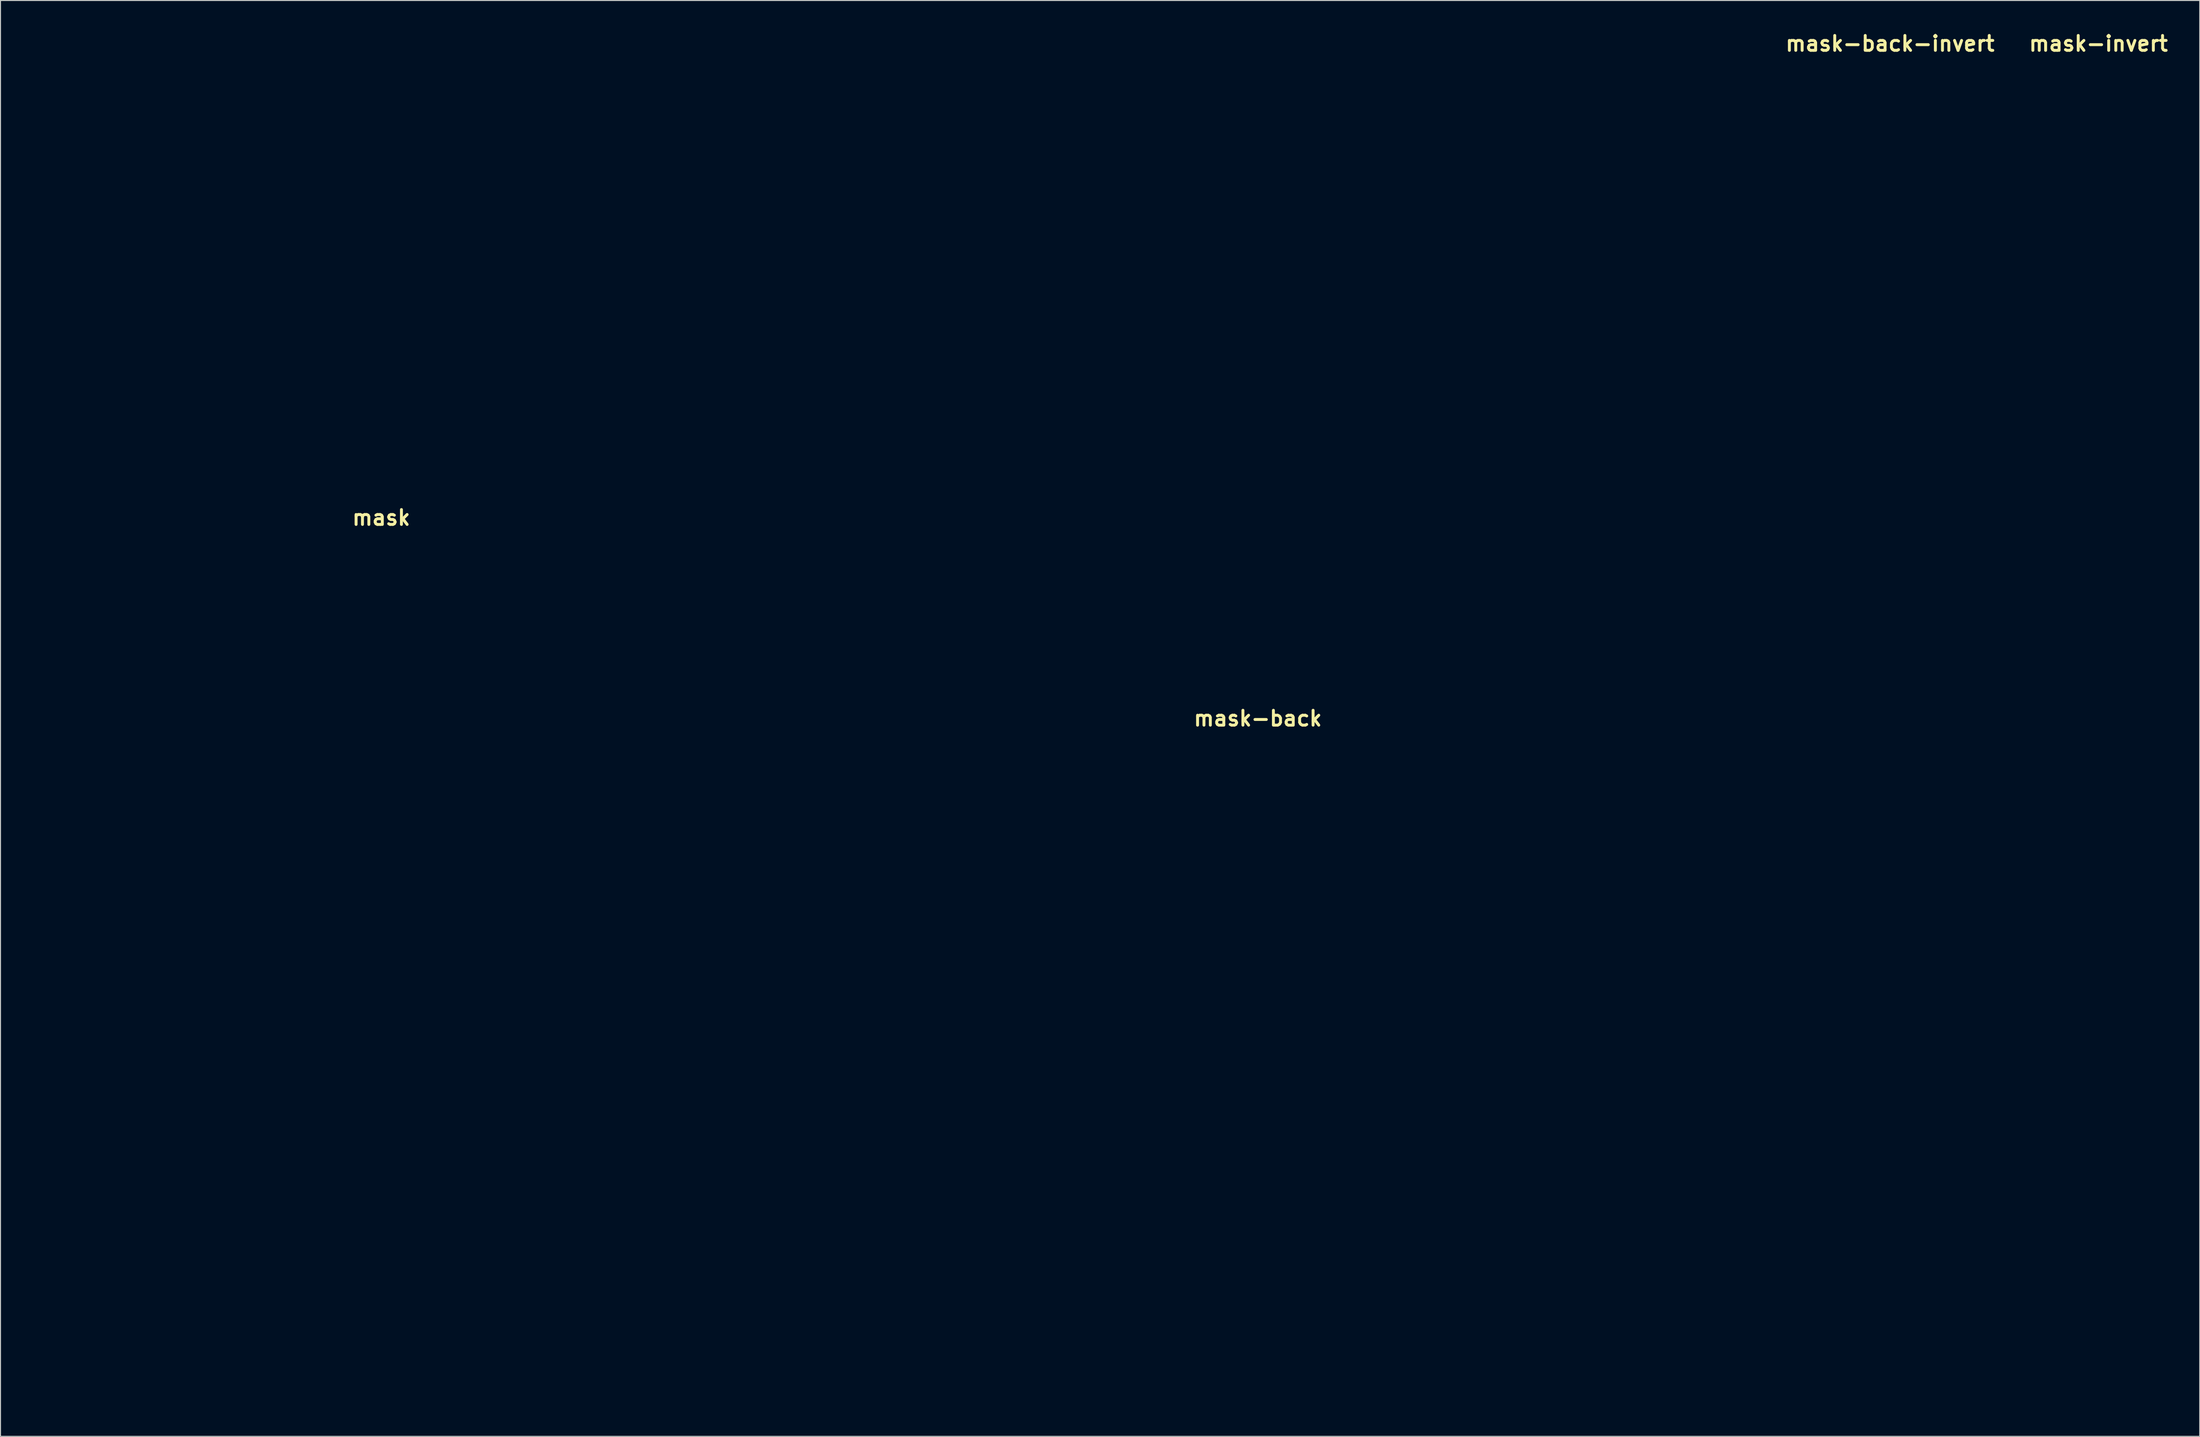
<source format=kicad_pcb>
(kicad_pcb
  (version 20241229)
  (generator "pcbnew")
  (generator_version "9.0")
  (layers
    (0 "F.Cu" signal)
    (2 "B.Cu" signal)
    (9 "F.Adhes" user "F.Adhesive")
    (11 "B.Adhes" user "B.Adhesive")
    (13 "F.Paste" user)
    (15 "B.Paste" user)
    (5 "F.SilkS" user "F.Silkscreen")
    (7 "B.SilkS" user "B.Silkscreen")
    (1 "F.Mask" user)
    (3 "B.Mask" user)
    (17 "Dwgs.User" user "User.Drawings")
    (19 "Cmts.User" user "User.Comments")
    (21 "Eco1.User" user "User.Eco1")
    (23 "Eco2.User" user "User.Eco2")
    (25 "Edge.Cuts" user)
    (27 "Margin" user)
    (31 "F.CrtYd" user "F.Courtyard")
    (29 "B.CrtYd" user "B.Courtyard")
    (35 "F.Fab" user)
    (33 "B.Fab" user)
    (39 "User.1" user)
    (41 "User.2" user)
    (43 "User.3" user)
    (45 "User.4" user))
  (footprint "mask-back"
    (layer "F.Cu")
    (at 125.746 70.561)
    (property "Reference" "mask-back" (at 0 0 0) (layer "F.SilkS") (effects (font (size 1.524 1.524) (thickness 0.3))))
    (attr through_hole)
    (fp_poly (pts (xy 50.765 70.556) (xy 3.21 70.556) (xy 3.21 61.922) (xy 3.074 61.768) (xy 2.744 61.343) (xy 2.457 60.871) (xy 2.217 60.364) (xy 2.032 59.836) (xy 1.919 59.364) (xy 1.89 59.219) (xy 1.862 59.104) (xy 1.838 59.034) (xy 1.828 59.02) (xy 1.789 59.047) (xy 1.721 59.122) (xy 1.634 59.231) (xy 1.537 59.361) (xy 1.44 59.502) (xy 1.352 59.639) (xy 1.332 59.671) (xy 1.202 59.918) (xy 1.104 60.161) (xy 1.042 60.383) (xy 1.024 60.548) (xy 1.021 60.649) (xy 1.007 60.695) (xy 0.975 60.702) (xy 0.944 60.694) (xy 0.729 60.603) (xy 0.498 60.459) (xy 0.268 60.274) (xy 0.17 60.18) (xy 0.032 60.035) (xy -0.074 59.904) (xy -0.165 59.763) (xy -0.258 59.586) (xy -0.279 59.544) (xy -0.402 59.27) (xy -0.493 59.011) (xy -0.556 58.748) (xy -0.598 58.46) (xy -0.621 58.127) (xy -0.624 58.05) (xy -0.63 57.782) (xy -0.626 57.565) (xy -0.612 57.376) (xy -0.586 57.194) (xy -0.586 57.194) (xy -0.555 57.012) (xy -0.538 56.895) (xy -0.536 56.837) (xy -0.55 56.832) (xy -0.582 56.875) (xy -0.631 56.962) (xy -0.633 56.965) (xy -0.832 57.286) (xy -1.077 57.602) (xy -1.376 57.928) (xy -1.427 57.979) (xy -1.886 58.388) (xy -2.371 58.733) (xy -2.886 59.016) (xy -3.281 59.184) (xy -3.581 59.297) (xy -3.59 64.926) (xy -3.599 70.556) (xy -50.765 70.556) (xy -50.765 -70.556) (xy 50.765 -70.556) (xy 50.765 70.556)) (stroke (width 0.01) (type solid)) (fill yes) (layer "F.Mask")))
  (footprint "mask-back-invert"
    (layer "F.Cu")
    (at 190.482 1.418)
    (property "Reference" "mask-back-invert" (at 0 0 0) (layer "F.SilkS") (effects (font (size 1.524 1.524) (thickness 0.3))))
    (attr through_hole)
    (fp_poly (pts (xy -0.366 40.337) (xy -0.38 40.425) (xy -0.404 40.538) (xy -0.452 40.863) (xy -0.45 41.209) (xy -0.403 41.561) (xy -0.315 41.903) (xy -0.188 42.221) (xy -0.027 42.499) (xy 0.085 42.639) (xy 0.217 42.763) (xy 0.379 42.879) (xy 0.464 42.927) (xy 0.688 43.043) (xy 0.711 42.886) (xy 0.738 42.773) (xy 0.788 42.629) (xy 0.849 42.487) (xy 0.917 42.357) (xy 1.001 42.218) (xy 1.091 42.084) (xy 1.177 41.967) (xy 1.25 41.882) (xy 1.3 41.841) (xy 1.307 41.839) (xy 1.331 41.87) (xy 1.341 41.944) (xy 1.341 41.947) (xy 1.354 42.068) (xy 1.393 42.236) (xy 1.45 42.434) (xy 1.52 42.644) (xy 1.599 42.849) (xy 1.676 43.021) (xy 1.746 43.154) (xy 1.835 43.304) (xy 1.935 43.461) (xy 2.036 43.609) (xy 2.13 43.737) (xy 2.208 43.831) (xy 2.26 43.878) (xy 2.264 43.88) (xy 2.268 43.916) (xy 2.272 44.018) (xy 2.276 44.18) (xy 2.28 44.397) (xy 2.283 44.664) (xy 2.286 44.977) (xy 2.289 45.33) (xy 2.291 45.717) (xy 2.292 46.135) (xy 2.293 46.577) (xy 2.293 46.958) (xy 2.293 50.024) (xy -2.54 50.024) (xy -2.54 42.021) (xy -2.434 41.998) (xy -2.319 41.96) (xy -2.162 41.892) (xy -1.982 41.803) (xy -1.794 41.7) (xy -1.617 41.593) (xy -1.535 41.539) (xy -1.246 41.316) (xy -0.967 41.054) (xy -0.718 40.772) (xy -0.575 40.577) (xy -0.491 40.455) (xy -0.423 40.361) (xy -0.378 40.307) (xy -0.365 40.298) (xy -0.366 40.337)) (stroke (width 0.01) (type solid)) (fill yes) (layer "F.Mask")))
  (footprint "mask-invert"
    (layer "F.Cu")
    (at 211.821 1.418)
    (property "Reference" "mask-invert" (at 0 0 0) (layer "F.SilkS") (effects (font (size 1.524 1.524) (thickness 0.3))))
    (attr through_hole)
    (fp_poly (pts (xy 0.389 40.319) (xy 0.443 40.388) (xy 0.517 40.492) (xy 0.575 40.577) (xy 0.789 40.858) (xy 1.049 41.136) (xy 1.333 41.389) (xy 1.535 41.539) (xy 1.699 41.644) (xy 1.884 41.75) (xy 2.07 41.848) (xy 2.241 41.928) (xy 2.38 41.983) (xy 2.434 41.998) (xy 2.54 42.021) (xy 2.54 50.024) (xy -2.293 50.024) (xy -2.293 46.958) (xy -2.293 46.499) (xy -2.292 46.061) (xy -2.29 45.648) (xy -2.288 45.266) (xy -2.286 44.92) (xy -2.283 44.615) (xy -2.279 44.356) (xy -2.276 44.148) (xy -2.272 43.996) (xy -2.267 43.905) (xy -2.264 43.88) (xy -2.214 43.838) (xy -2.139 43.748) (xy -2.046 43.623) (xy -1.945 43.476) (xy -1.844 43.32) (xy -1.754 43.168) (xy -1.681 43.033) (xy -1.676 43.021) (xy -1.594 42.836) (xy -1.516 42.63) (xy -1.446 42.42) (xy -1.39 42.224) (xy -1.353 42.059) (xy -1.341 41.947) (xy -1.331 41.872) (xy -1.308 41.839) (xy -1.307 41.839) (xy -1.264 41.868) (xy -1.195 41.944) (xy -1.111 42.055) (xy -1.021 42.187) (xy -0.935 42.326) (xy -0.862 42.459) (xy -0.849 42.487) (xy -0.788 42.63) (xy -0.738 42.774) (xy -0.711 42.886) (xy -0.688 43.043) (xy -0.464 42.927) (xy -0.302 42.827) (xy -0.149 42.704) (xy -0.085 42.639) (xy 0.096 42.392) (xy 0.244 42.096) (xy 0.355 41.767) (xy 0.427 41.419) (xy 0.456 41.067) (xy 0.439 40.728) (xy 0.404 40.538) (xy 0.379 40.421) (xy 0.365 40.335) (xy 0.365 40.298) (xy 0.389 40.319)) (stroke (width 0.01) (type solid)) (fill yes) (layer "F.Mask")))
  (footprint "mask"
    (layer "F.Cu")
    (at 35.988 49.994)
    (property "Reference" "mask" (at 0 0 0) (layer "F.SilkS") (effects (font (size 1.524 1.524) (thickness 0.3))))
    (attr through_hole)
    (fp_poly (pts (xy 35.983 50.024) (xy 2.293 50.024) (xy 2.293 43.894) (xy 2.193 43.793) (xy 2.104 43.692) (xy 2.018 43.581) (xy 2.009 43.568) (xy 1.947 43.481) (xy 1.896 43.415) (xy 1.886 43.404) (xy 1.85 43.351) (xy 1.794 43.25) (xy 1.727 43.119) (xy 1.656 42.975) (xy 1.591 42.835) (xy 1.54 42.716) (xy 1.512 42.642) (xy 1.436 42.371) (xy 1.381 42.128) (xy 1.36 42.007) (xy 1.34 41.909) (xy 1.317 41.849) (xy 1.305 41.839) (xy 1.263 41.867) (xy 1.195 41.94) (xy 1.11 42.045) (xy 1.022 42.168) (xy 0.94 42.294) (xy 0.926 42.317) (xy 0.834 42.5) (xy 0.758 42.697) (xy 0.708 42.879) (xy 0.698 42.944) (xy 0.688 43.044) (xy 0.476 42.931) (xy 0.333 42.84) (xy 0.187 42.727) (xy 0.104 42.649) (xy -0.077 42.412) (xy -0.227 42.125) (xy -0.343 41.803) (xy -0.42 41.461) (xy -0.455 41.113) (xy -0.444 40.775) (xy -0.404 40.538) (xy -0.381 40.42) (xy -0.37 40.331) (xy -0.374 40.291) (xy -0.405 40.296) (xy -0.412 40.309) (xy -0.476 40.436) (xy -0.586 40.595) (xy -0.73 40.775) (xy -0.897 40.964) (xy -1.077 41.15) (xy -1.26 41.321) (xy -1.435 41.466) (xy -1.527 41.533) (xy -1.719 41.652) (xy -1.936 41.772) (xy -2.155 41.88) (xy -2.351 41.964) (xy -2.423 41.99) (xy -2.558 42.034) (xy -2.576 50.024) (xy -35.983 50.024) (xy -35.983 -49.989) (xy 35.983 -49.989) (xy 35.983 50.024)) (stroke (width 0.01) (type solid)) (fill yes) (layer "F.Mask")))
  (gr_rect
    (start -3 -3)
    (end 222.194 144.121)
    (stroke (width 0.1) (type default))
    (fill no)
    (layer "Edge.Cuts")))
</source>
